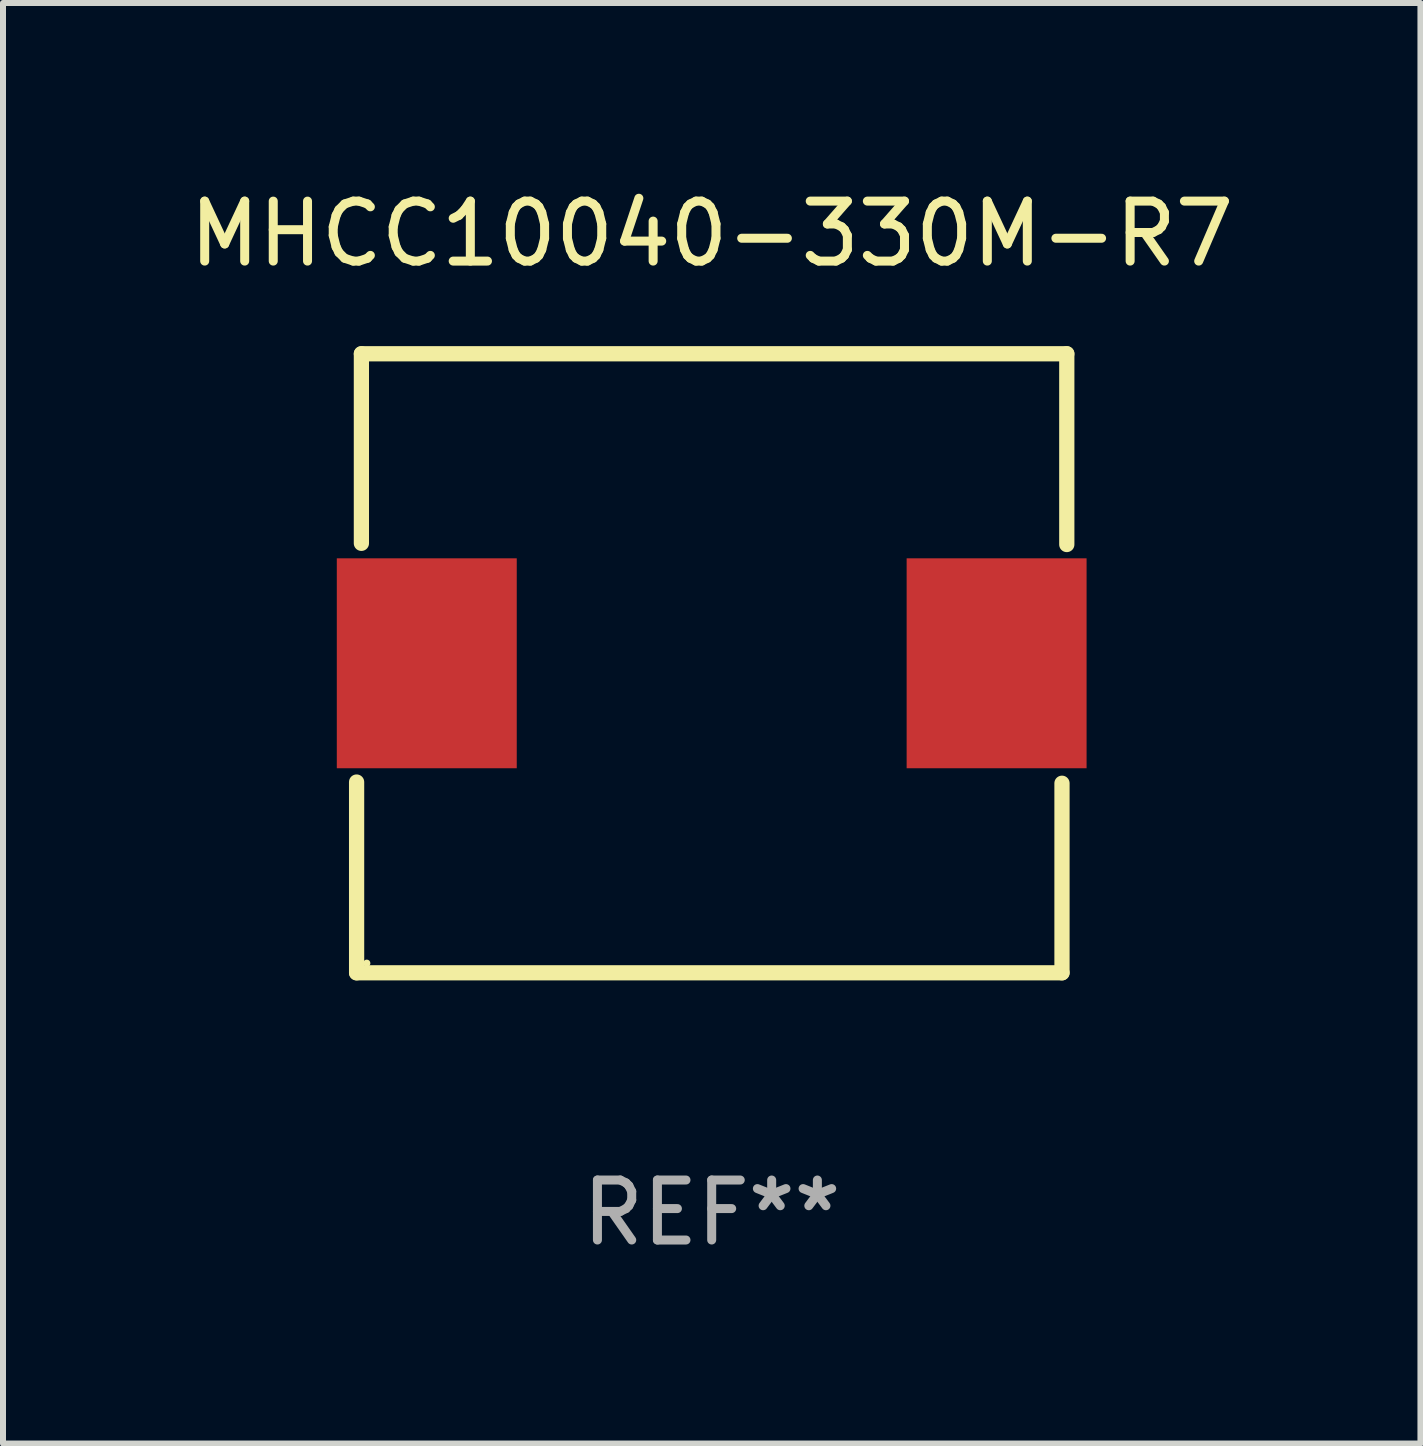
<source format=kicad_pcb>
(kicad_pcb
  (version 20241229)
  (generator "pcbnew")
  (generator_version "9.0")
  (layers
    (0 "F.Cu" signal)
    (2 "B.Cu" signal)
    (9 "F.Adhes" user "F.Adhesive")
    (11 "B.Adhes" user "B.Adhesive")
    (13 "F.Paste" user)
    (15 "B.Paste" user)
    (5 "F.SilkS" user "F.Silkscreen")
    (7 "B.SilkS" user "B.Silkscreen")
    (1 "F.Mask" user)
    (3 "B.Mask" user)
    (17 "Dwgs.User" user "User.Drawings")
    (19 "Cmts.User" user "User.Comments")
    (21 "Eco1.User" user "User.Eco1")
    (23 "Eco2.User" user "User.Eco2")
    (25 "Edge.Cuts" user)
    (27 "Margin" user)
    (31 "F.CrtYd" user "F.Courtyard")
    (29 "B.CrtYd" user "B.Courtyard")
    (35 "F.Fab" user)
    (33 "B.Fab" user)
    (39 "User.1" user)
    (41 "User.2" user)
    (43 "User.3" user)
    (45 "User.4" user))
  (footprint "MHCC10040-330M-R7"
    (layer "F.Cu")
    (at 8.815 8.008)
    (property "Reference" "MHCC10040-330M-R7" (at 0 -7.16 0) (layer "F.SilkS") (effects (font (size 1 1) (thickness 0.15))))
    (attr through_hole)
    (fp_line (start -5.92 5.16) (end -5.92 1.98) (stroke (width 0.254) (type solid)) (layer "F.SilkS"))
    (fp_line (start -5.84 -5.16) (end 5.92 -5.16) (stroke (width 0.254) (type solid)) (layer "F.SilkS"))
    (fp_line (start -5.84 -2) (end -5.84 -5.16) (stroke (width 0.254) (type solid)) (layer "F.SilkS"))
    (fp_line (start 5.84 2) (end 5.84 5.16) (stroke (width 0.254) (type solid)) (layer "F.SilkS"))
    (fp_line (start 5.84 5.16) (end -5.92 5.16) (stroke (width 0.254) (type solid)) (layer "F.SilkS"))
    (fp_line (start 5.92 -5.16) (end 5.92 -1.98) (stroke (width 0.254) (type solid)) (layer "F.SilkS"))
    (fp_circle (center -5.75 5) (end -5.72 5) (stroke (width 0.06) (type solid)) (fill no) (layer "F.SilkS"))
    (fp_text user "REF**" (at 0 9.16 0) (layer "F.Fab") (effects (font (size 1 1) (thickness 0.15))))
    (pad "1" smd rect (at -4.75 0) (size 3 3.5) (layers "F.Cu" "F.Mask" "F.Paste"))
    (pad "2" smd rect (at 4.75 0) (size 3 3.5) (layers "F.Cu" "F.Mask" "F.Paste")))
  (gr_rect
    (start -3 -3)
    (end 20.631 21.016)
    (stroke (width 0.1) (type default))
    (fill no)
    (layer "Edge.Cuts")))
</source>
